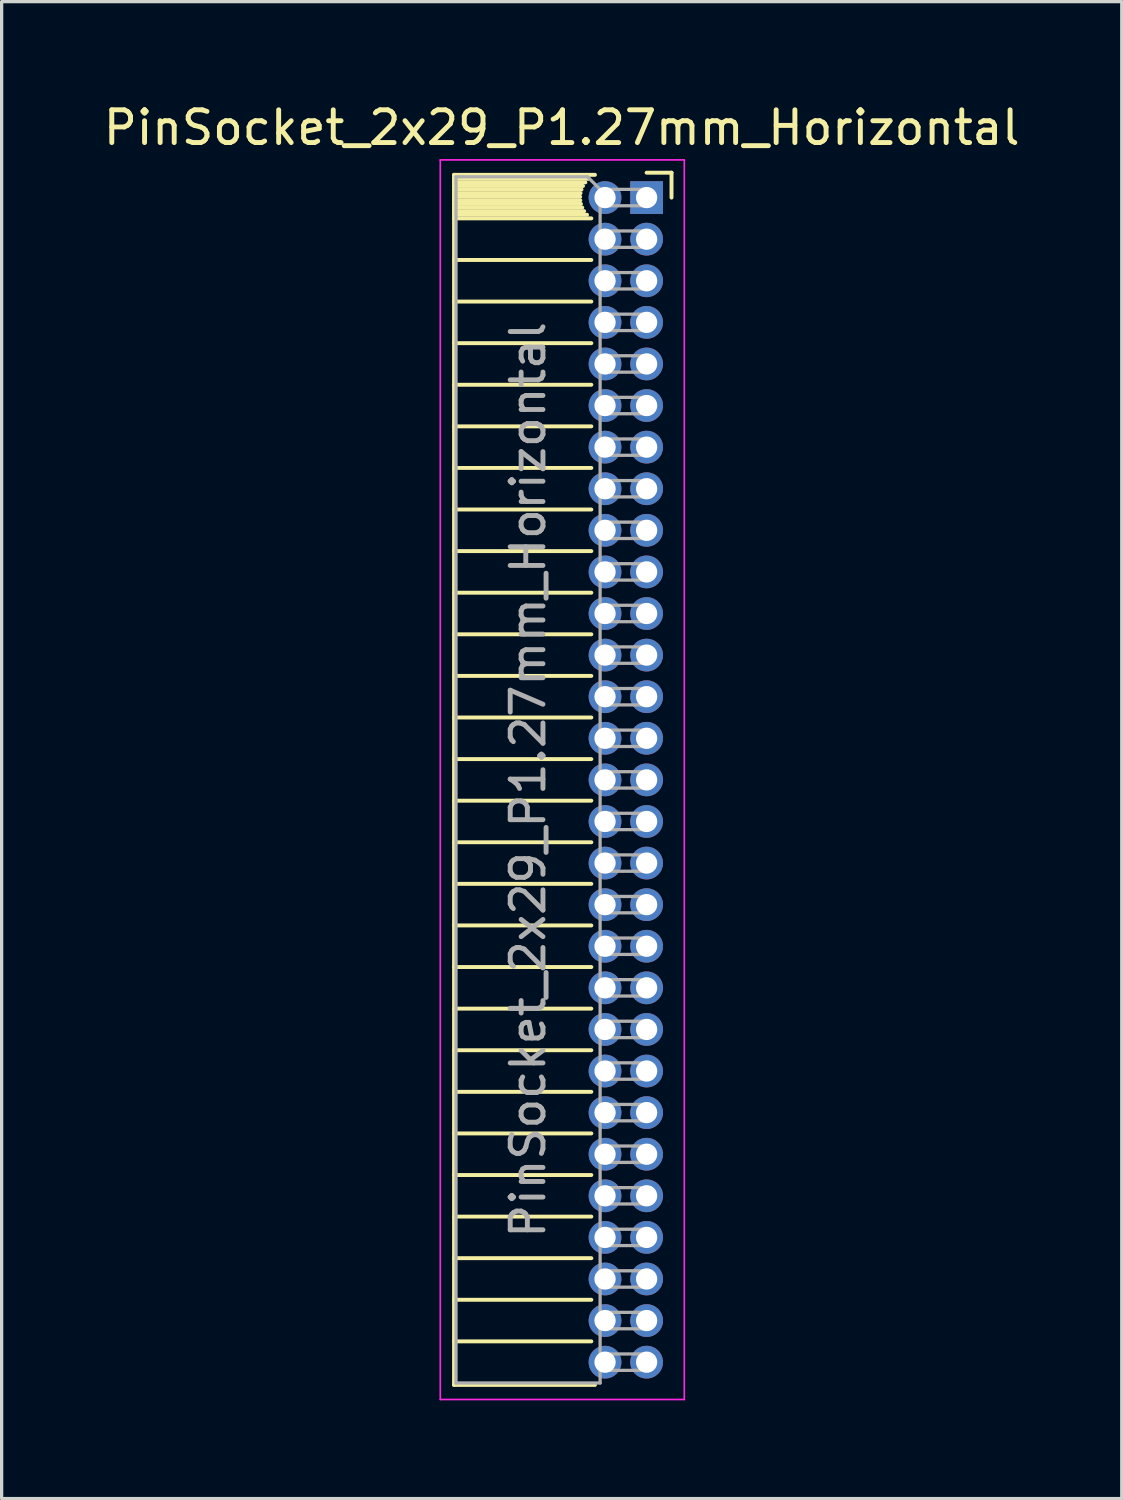
<source format=kicad_pcb>
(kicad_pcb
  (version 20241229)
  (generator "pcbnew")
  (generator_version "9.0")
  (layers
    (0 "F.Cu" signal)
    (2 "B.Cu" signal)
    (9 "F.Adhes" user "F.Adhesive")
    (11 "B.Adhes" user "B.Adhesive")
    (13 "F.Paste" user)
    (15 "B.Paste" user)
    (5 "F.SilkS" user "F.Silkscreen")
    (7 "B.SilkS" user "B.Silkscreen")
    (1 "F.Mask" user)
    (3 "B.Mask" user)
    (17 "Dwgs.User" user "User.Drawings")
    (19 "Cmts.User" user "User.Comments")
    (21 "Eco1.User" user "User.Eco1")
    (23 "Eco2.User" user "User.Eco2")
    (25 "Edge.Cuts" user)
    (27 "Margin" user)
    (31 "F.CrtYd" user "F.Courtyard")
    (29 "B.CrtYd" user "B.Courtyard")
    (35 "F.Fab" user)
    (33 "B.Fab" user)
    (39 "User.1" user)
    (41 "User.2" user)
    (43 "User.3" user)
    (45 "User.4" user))
  (footprint "PinSocket_2x29_P1.27mm_Horizontal"
    (layer "F.Cu")
    (at 16.694 2.983)
    (property "Reference" "PinSocket_2x29_P1.27mm_Horizontal" (at -2.592 -2.135 0) (layer "F.SilkS") (effects (font (size 1 1) (thickness 0.15))))
    (attr through_hole)
    (fp_line (start -5.88 -0.695) (end -5.88 36.255) (stroke (width 0.12) (type solid)) (layer "F.SilkS"))
    (fp_line (start -5.88 -0.695) (end -1.578 -0.695) (stroke (width 0.12) (type solid)) (layer "F.SilkS"))
    (fp_line (start -5.88 -0.575) (end -1.767 -0.575) (stroke (width 0.12) (type solid)) (layer "F.SilkS"))
    (fp_line (start -5.88 -0.465) (end -1.871 -0.465) (stroke (width 0.12) (type solid)) (layer "F.SilkS"))
    (fp_line (start -5.88 -0.355) (end -1.942 -0.355) (stroke (width 0.12) (type solid)) (layer "F.SilkS"))
    (fp_line (start -5.88 -0.245) (end -1.989 -0.245) (stroke (width 0.12) (type solid)) (layer "F.SilkS"))
    (fp_line (start -5.88 -0.135) (end -2.018 -0.135) (stroke (width 0.12) (type solid)) (layer "F.SilkS"))
    (fp_line (start -5.88 -0.025) (end -2.03 -0.025) (stroke (width 0.12) (type solid)) (layer "F.SilkS"))
    (fp_line (start -5.88 0.085) (end -2.025 0.085) (stroke (width 0.12) (type solid)) (layer "F.SilkS"))
    (fp_line (start -5.88 0.195) (end -2.005 0.195) (stroke (width 0.12) (type solid)) (layer "F.SilkS"))
    (fp_line (start -5.88 0.305) (end -1.966 0.305) (stroke (width 0.12) (type solid)) (layer "F.SilkS"))
    (fp_line (start -5.88 0.415) (end -1.907 0.415) (stroke (width 0.12) (type solid)) (layer "F.SilkS"))
    (fp_line (start -5.88 0.525) (end -1.82 0.525) (stroke (width 0.12) (type solid)) (layer "F.SilkS"))
    (fp_line (start -5.88 0.635) (end -1.688 0.635) (stroke (width 0.12) (type solid)) (layer "F.SilkS"))
    (fp_line (start -5.88 1.905) (end -1.688 1.905) (stroke (width 0.12) (type solid)) (layer "F.SilkS"))
    (fp_line (start -5.88 3.175) (end -1.688 3.175) (stroke (width 0.12) (type solid)) (layer "F.SilkS"))
    (fp_line (start -5.88 4.445) (end -1.688 4.445) (stroke (width 0.12) (type solid)) (layer "F.SilkS"))
    (fp_line (start -5.88 5.715) (end -1.688 5.715) (stroke (width 0.12) (type solid)) (layer "F.SilkS"))
    (fp_line (start -5.88 6.985) (end -1.688 6.985) (stroke (width 0.12) (type solid)) (layer "F.SilkS"))
    (fp_line (start -5.88 8.255) (end -1.688 8.255) (stroke (width 0.12) (type solid)) (layer "F.SilkS"))
    (fp_line (start -5.88 9.525) (end -1.688 9.525) (stroke (width 0.12) (type solid)) (layer "F.SilkS"))
    (fp_line (start -5.88 10.795) (end -1.688 10.795) (stroke (width 0.12) (type solid)) (layer "F.SilkS"))
    (fp_line (start -5.88 12.065) (end -1.688 12.065) (stroke (width 0.12) (type solid)) (layer "F.SilkS"))
    (fp_line (start -5.88 13.335) (end -1.688 13.335) (stroke (width 0.12) (type solid)) (layer "F.SilkS"))
    (fp_line (start -5.88 14.605) (end -1.688 14.605) (stroke (width 0.12) (type solid)) (layer "F.SilkS"))
    (fp_line (start -5.88 15.875) (end -1.688 15.875) (stroke (width 0.12) (type solid)) (layer "F.SilkS"))
    (fp_line (start -5.88 17.145) (end -1.688 17.145) (stroke (width 0.12) (type solid)) (layer "F.SilkS"))
    (fp_line (start -5.88 18.415) (end -1.688 18.415) (stroke (width 0.12) (type solid)) (layer "F.SilkS"))
    (fp_line (start -5.88 19.685) (end -1.688 19.685) (stroke (width 0.12) (type solid)) (layer "F.SilkS"))
    (fp_line (start -5.88 20.955) (end -1.688 20.955) (stroke (width 0.12) (type solid)) (layer "F.SilkS"))
    (fp_line (start -5.88 22.225) (end -1.688 22.225) (stroke (width 0.12) (type solid)) (layer "F.SilkS"))
    (fp_line (start -5.88 23.495) (end -1.688 23.495) (stroke (width 0.12) (type solid)) (layer "F.SilkS"))
    (fp_line (start -5.88 24.765) (end -1.688 24.765) (stroke (width 0.12) (type solid)) (layer "F.SilkS"))
    (fp_line (start -5.88 26.035) (end -1.688 26.035) (stroke (width 0.12) (type solid)) (layer "F.SilkS"))
    (fp_line (start -5.88 27.305) (end -1.688 27.305) (stroke (width 0.12) (type solid)) (layer "F.SilkS"))
    (fp_line (start -5.88 28.575) (end -1.688 28.575) (stroke (width 0.12) (type solid)) (layer "F.SilkS"))
    (fp_line (start -5.88 29.845) (end -1.688 29.845) (stroke (width 0.12) (type solid)) (layer "F.SilkS"))
    (fp_line (start -5.88 31.115) (end -1.688 31.115) (stroke (width 0.12) (type solid)) (layer "F.SilkS"))
    (fp_line (start -5.88 32.385) (end -1.688 32.385) (stroke (width 0.12) (type solid)) (layer "F.SilkS"))
    (fp_line (start -5.88 33.655) (end -1.688 33.655) (stroke (width 0.12) (type solid)) (layer "F.SilkS"))
    (fp_line (start -5.88 34.925) (end -1.688 34.925) (stroke (width 0.12) (type solid)) (layer "F.SilkS"))
    (fp_line (start -5.88 36.255) (end -1.578 36.255) (stroke (width 0.12) (type solid)) (layer "F.SilkS"))
    (fp_line (start 0 -0.76) (end 0.76 -0.76) (stroke (width 0.12) (type solid)) (layer "F.SilkS"))
    (fp_line (start 0.76 -0.76) (end 0.76 0) (stroke (width 0.12) (type solid)) (layer "F.SilkS"))
    (fp_line (start -6.3 -1.15) (end -6.3 36.7) (stroke (width 0.05) (type solid)) (layer "F.CrtYd"))
    (fp_line (start -6.3 36.7) (end 1.15 36.7) (stroke (width 0.05) (type solid)) (layer "F.CrtYd"))
    (fp_line (start 1.15 -1.15) (end -6.3 -1.15) (stroke (width 0.05) (type solid)) (layer "F.CrtYd"))
    (fp_line (start 1.15 36.7) (end 1.15 -1.15) (stroke (width 0.05) (type solid)) (layer "F.CrtYd"))
    (fp_line (start -5.82 -0.635) (end -1.805 -0.635) (stroke (width 0.1) (type solid)) (layer "F.Fab"))
    (fp_line (start -5.82 36.195) (end -5.82 -0.635) (stroke (width 0.1) (type solid)) (layer "F.Fab"))
    (fp_line (start -1.805 -0.635) (end -1.42 -0.25) (stroke (width 0.1) (type solid)) (layer "F.Fab"))
    (fp_line (start -1.42 -0.25) (end -1.42 36.195) (stroke (width 0.1) (type solid)) (layer "F.Fab"))
    (fp_line (start -1.42 0.25) (end 0 0.25) (stroke (width 0.1) (type solid)) (layer "F.Fab"))
    (fp_line (start -1.42 1.52) (end 0 1.52) (stroke (width 0.1) (type solid)) (layer "F.Fab"))
    (fp_line (start -1.42 2.79) (end 0 2.79) (stroke (width 0.1) (type solid)) (layer "F.Fab"))
    (fp_line (start -1.42 4.06) (end 0 4.06) (stroke (width 0.1) (type solid)) (layer "F.Fab"))
    (fp_line (start -1.42 5.33) (end 0 5.33) (stroke (width 0.1) (type solid)) (layer "F.Fab"))
    (fp_line (start -1.42 6.6) (end 0 6.6) (stroke (width 0.1) (type solid)) (layer "F.Fab"))
    (fp_line (start -1.42 7.87) (end 0 7.87) (stroke (width 0.1) (type solid)) (layer "F.Fab"))
    (fp_line (start -1.42 9.14) (end 0 9.14) (stroke (width 0.1) (type solid)) (layer "F.Fab"))
    (fp_line (start -1.42 10.41) (end 0 10.41) (stroke (width 0.1) (type solid)) (layer "F.Fab"))
    (fp_line (start -1.42 11.68) (end 0 11.68) (stroke (width 0.1) (type solid)) (layer "F.Fab"))
    (fp_line (start -1.42 12.95) (end 0 12.95) (stroke (width 0.1) (type solid)) (layer "F.Fab"))
    (fp_line (start -1.42 14.22) (end 0 14.22) (stroke (width 0.1) (type solid)) (layer "F.Fab"))
    (fp_line (start -1.42 15.49) (end 0 15.49) (stroke (width 0.1) (type solid)) (layer "F.Fab"))
    (fp_line (start -1.42 16.76) (end 0 16.76) (stroke (width 0.1) (type solid)) (layer "F.Fab"))
    (fp_line (start -1.42 18.03) (end 0 18.03) (stroke (width 0.1) (type solid)) (layer "F.Fab"))
    (fp_line (start -1.42 19.3) (end 0 19.3) (stroke (width 0.1) (type solid)) (layer "F.Fab"))
    (fp_line (start -1.42 20.57) (end 0 20.57) (stroke (width 0.1) (type solid)) (layer "F.Fab"))
    (fp_line (start -1.42 21.84) (end 0 21.84) (stroke (width 0.1) (type solid)) (layer "F.Fab"))
    (fp_line (start -1.42 23.11) (end 0 23.11) (stroke (width 0.1) (type solid)) (layer "F.Fab"))
    (fp_line (start -1.42 24.38) (end 0 24.38) (stroke (width 0.1) (type solid)) (layer "F.Fab"))
    (fp_line (start -1.42 25.65) (end 0 25.65) (stroke (width 0.1) (type solid)) (layer "F.Fab"))
    (fp_line (start -1.42 26.92) (end 0 26.92) (stroke (width 0.1) (type solid)) (layer "F.Fab"))
    (fp_line (start -1.42 28.19) (end 0 28.19) (stroke (width 0.1) (type solid)) (layer "F.Fab"))
    (fp_line (start -1.42 29.46) (end 0 29.46) (stroke (width 0.1) (type solid)) (layer "F.Fab"))
    (fp_line (start -1.42 30.73) (end 0 30.73) (stroke (width 0.1) (type solid)) (layer "F.Fab"))
    (fp_line (start -1.42 32) (end 0 32) (stroke (width 0.1) (type solid)) (layer "F.Fab"))
    (fp_line (start -1.42 33.27) (end 0 33.27) (stroke (width 0.1) (type solid)) (layer "F.Fab"))
    (fp_line (start -1.42 34.54) (end 0 34.54) (stroke (width 0.1) (type solid)) (layer "F.Fab"))
    (fp_line (start -1.42 35.81) (end 0 35.81) (stroke (width 0.1) (type solid)) (layer "F.Fab"))
    (fp_line (start -1.42 36.195) (end -5.82 36.195) (stroke (width 0.1) (type solid)) (layer "F.Fab"))
    (fp_line (start 0 -0.25) (end -1.42 -0.25) (stroke (width 0.1) (type solid)) (layer "F.Fab"))
    (fp_line (start 0 0.25) (end 0 -0.25) (stroke (width 0.1) (type solid)) (layer "F.Fab"))
    (fp_line (start 0 1.02) (end -1.42 1.02) (stroke (width 0.1) (type solid)) (layer "F.Fab"))
    (fp_line (start 0 1.52) (end 0 1.02) (stroke (width 0.1) (type solid)) (layer "F.Fab"))
    (fp_line (start 0 2.29) (end -1.42 2.29) (stroke (width 0.1) (type solid)) (layer "F.Fab"))
    (fp_line (start 0 2.79) (end 0 2.29) (stroke (width 0.1) (type solid)) (layer "F.Fab"))
    (fp_line (start 0 3.56) (end -1.42 3.56) (stroke (width 0.1) (type solid)) (layer "F.Fab"))
    (fp_line (start 0 4.06) (end 0 3.56) (stroke (width 0.1) (type solid)) (layer "F.Fab"))
    (fp_line (start 0 4.83) (end -1.42 4.83) (stroke (width 0.1) (type solid)) (layer "F.Fab"))
    (fp_line (start 0 5.33) (end 0 4.83) (stroke (width 0.1) (type solid)) (layer "F.Fab"))
    (fp_line (start 0 6.1) (end -1.42 6.1) (stroke (width 0.1) (type solid)) (layer "F.Fab"))
    (fp_line (start 0 6.6) (end 0 6.1) (stroke (width 0.1) (type solid)) (layer "F.Fab"))
    (fp_line (start 0 7.37) (end -1.42 7.37) (stroke (width 0.1) (type solid)) (layer "F.Fab"))
    (fp_line (start 0 7.87) (end 0 7.37) (stroke (width 0.1) (type solid)) (layer "F.Fab"))
    (fp_line (start 0 8.64) (end -1.42 8.64) (stroke (width 0.1) (type solid)) (layer "F.Fab"))
    (fp_line (start 0 9.14) (end 0 8.64) (stroke (width 0.1) (type solid)) (layer "F.Fab"))
    (fp_line (start 0 9.91) (end -1.42 9.91) (stroke (width 0.1) (type solid)) (layer "F.Fab"))
    (fp_line (start 0 10.41) (end 0 9.91) (stroke (width 0.1) (type solid)) (layer "F.Fab"))
    (fp_line (start 0 11.18) (end -1.42 11.18) (stroke (width 0.1) (type solid)) (layer "F.Fab"))
    (fp_line (start 0 11.68) (end 0 11.18) (stroke (width 0.1) (type solid)) (layer "F.Fab"))
    (fp_line (start 0 12.45) (end -1.42 12.45) (stroke (width 0.1) (type solid)) (layer "F.Fab"))
    (fp_line (start 0 12.95) (end 0 12.45) (stroke (width 0.1) (type solid)) (layer "F.Fab"))
    (fp_line (start 0 13.72) (end -1.42 13.72) (stroke (width 0.1) (type solid)) (layer "F.Fab"))
    (fp_line (start 0 14.22) (end 0 13.72) (stroke (width 0.1) (type solid)) (layer "F.Fab"))
    (fp_line (start 0 14.99) (end -1.42 14.99) (stroke (width 0.1) (type solid)) (layer "F.Fab"))
    (fp_line (start 0 15.49) (end 0 14.99) (stroke (width 0.1) (type solid)) (layer "F.Fab"))
    (fp_line (start 0 16.26) (end -1.42 16.26) (stroke (width 0.1) (type solid)) (layer "F.Fab"))
    (fp_line (start 0 16.76) (end 0 16.26) (stroke (width 0.1) (type solid)) (layer "F.Fab"))
    (fp_line (start 0 17.53) (end -1.42 17.53) (stroke (width 0.1) (type solid)) (layer "F.Fab"))
    (fp_line (start 0 18.03) (end 0 17.53) (stroke (width 0.1) (type solid)) (layer "F.Fab"))
    (fp_line (start 0 18.8) (end -1.42 18.8) (stroke (width 0.1) (type solid)) (layer "F.Fab"))
    (fp_line (start 0 19.3) (end 0 18.8) (stroke (width 0.1) (type solid)) (layer "F.Fab"))
    (fp_line (start 0 20.07) (end -1.42 20.07) (stroke (width 0.1) (type solid)) (layer "F.Fab"))
    (fp_line (start 0 20.57) (end 0 20.07) (stroke (width 0.1) (type solid)) (layer "F.Fab"))
    (fp_line (start 0 21.34) (end -1.42 21.34) (stroke (width 0.1) (type solid)) (layer "F.Fab"))
    (fp_line (start 0 21.84) (end 0 21.34) (stroke (width 0.1) (type solid)) (layer "F.Fab"))
    (fp_line (start 0 22.61) (end -1.42 22.61) (stroke (width 0.1) (type solid)) (layer "F.Fab"))
    (fp_line (start 0 23.11) (end 0 22.61) (stroke (width 0.1) (type solid)) (layer "F.Fab"))
    (fp_line (start 0 23.88) (end -1.42 23.88) (stroke (width 0.1) (type solid)) (layer "F.Fab"))
    (fp_line (start 0 24.38) (end 0 23.88) (stroke (width 0.1) (type solid)) (layer "F.Fab"))
    (fp_line (start 0 25.15) (end -1.42 25.15) (stroke (width 0.1) (type solid)) (layer "F.Fab"))
    (fp_line (start 0 25.65) (end 0 25.15) (stroke (width 0.1) (type solid)) (layer "F.Fab"))
    (fp_line (start 0 26.42) (end -1.42 26.42) (stroke (width 0.1) (type solid)) (layer "F.Fab"))
    (fp_line (start 0 26.92) (end 0 26.42) (stroke (width 0.1) (type solid)) (layer "F.Fab"))
    (fp_line (start 0 27.69) (end -1.42 27.69) (stroke (width 0.1) (type solid)) (layer "F.Fab"))
    (fp_line (start 0 28.19) (end 0 27.69) (stroke (width 0.1) (type solid)) (layer "F.Fab"))
    (fp_line (start 0 28.96) (end -1.42 28.96) (stroke (width 0.1) (type solid)) (layer "F.Fab"))
    (fp_line (start 0 29.46) (end 0 28.96) (stroke (width 0.1) (type solid)) (layer "F.Fab"))
    (fp_line (start 0 30.23) (end -1.42 30.23) (stroke (width 0.1) (type solid)) (layer "F.Fab"))
    (fp_line (start 0 30.73) (end 0 30.23) (stroke (width 0.1) (type solid)) (layer "F.Fab"))
    (fp_line (start 0 31.5) (end -1.42 31.5) (stroke (width 0.1) (type solid)) (layer "F.Fab"))
    (fp_line (start 0 32) (end 0 31.5) (stroke (width 0.1) (type solid)) (layer "F.Fab"))
    (fp_line (start 0 32.77) (end -1.42 32.77) (stroke (width 0.1) (type solid)) (layer "F.Fab"))
    (fp_line (start 0 33.27) (end 0 32.77) (stroke (width 0.1) (type solid)) (layer "F.Fab"))
    (fp_line (start 0 34.04) (end -1.42 34.04) (stroke (width 0.1) (type solid)) (layer "F.Fab"))
    (fp_line (start 0 34.54) (end 0 34.04) (stroke (width 0.1) (type solid)) (layer "F.Fab"))
    (fp_line (start 0 35.31) (end -1.42 35.31) (stroke (width 0.1) (type solid)) (layer "F.Fab"))
    (fp_line (start 0 35.81) (end 0 35.31) (stroke (width 0.1) (type solid)) (layer "F.Fab"))
    (fp_text user "${REFERENCE}" (at -3.62 17.78 90) (layer "F.Fab") (effects (font (size 1 1) (thickness 0.15))))
    (pad "1" thru_hole rect (at 0 0) (size 1 1) (drill 0.65) (layers "*.Cu" "*.Mask"))
    (pad "2" thru_hole circle (at -1.27 0) (size 1 1) (drill 0.65) (layers "*.Cu" "*.Mask"))
    (pad "3" thru_hole circle (at 0 1.27) (size 1 1) (drill 0.65) (layers "*.Cu" "*.Mask"))
    (pad "4" thru_hole circle (at -1.27 1.27) (size 1 1) (drill 0.65) (layers "*.Cu" "*.Mask"))
    (pad "5" thru_hole circle (at 0 2.54) (size 1 1) (drill 0.65) (layers "*.Cu" "*.Mask"))
    (pad "6" thru_hole circle (at -1.27 2.54) (size 1 1) (drill 0.65) (layers "*.Cu" "*.Mask"))
    (pad "7" thru_hole circle (at 0 3.81) (size 1 1) (drill 0.65) (layers "*.Cu" "*.Mask"))
    (pad "8" thru_hole circle (at -1.27 3.81) (size 1 1) (drill 0.65) (layers "*.Cu" "*.Mask"))
    (pad "9" thru_hole circle (at 0 5.08) (size 1 1) (drill 0.65) (layers "*.Cu" "*.Mask"))
    (pad "10" thru_hole circle (at -1.27 5.08) (size 1 1) (drill 0.65) (layers "*.Cu" "*.Mask"))
    (pad "11" thru_hole circle (at 0 6.35) (size 1 1) (drill 0.65) (layers "*.Cu" "*.Mask"))
    (pad "12" thru_hole circle (at -1.27 6.35) (size 1 1) (drill 0.65) (layers "*.Cu" "*.Mask"))
    (pad "13" thru_hole circle (at 0 7.62) (size 1 1) (drill 0.65) (layers "*.Cu" "*.Mask"))
    (pad "14" thru_hole circle (at -1.27 7.62) (size 1 1) (drill 0.65) (layers "*.Cu" "*.Mask"))
    (pad "15" thru_hole circle (at 0 8.89) (size 1 1) (drill 0.65) (layers "*.Cu" "*.Mask"))
    (pad "16" thru_hole circle (at -1.27 8.89) (size 1 1) (drill 0.65) (layers "*.Cu" "*.Mask"))
    (pad "17" thru_hole circle (at 0 10.16) (size 1 1) (drill 0.65) (layers "*.Cu" "*.Mask"))
    (pad "18" thru_hole circle (at -1.27 10.16) (size 1 1) (drill 0.65) (layers "*.Cu" "*.Mask"))
    (pad "19" thru_hole circle (at 0 11.43) (size 1 1) (drill 0.65) (layers "*.Cu" "*.Mask"))
    (pad "20" thru_hole circle (at -1.27 11.43) (size 1 1) (drill 0.65) (layers "*.Cu" "*.Mask"))
    (pad "21" thru_hole circle (at 0 12.7) (size 1 1) (drill 0.65) (layers "*.Cu" "*.Mask"))
    (pad "22" thru_hole circle (at -1.27 12.7) (size 1 1) (drill 0.65) (layers "*.Cu" "*.Mask"))
    (pad "23" thru_hole circle (at 0 13.97) (size 1 1) (drill 0.65) (layers "*.Cu" "*.Mask"))
    (pad "24" thru_hole circle (at -1.27 13.97) (size 1 1) (drill 0.65) (layers "*.Cu" "*.Mask"))
    (pad "25" thru_hole circle (at 0 15.24) (size 1 1) (drill 0.65) (layers "*.Cu" "*.Mask"))
    (pad "26" thru_hole circle (at -1.27 15.24) (size 1 1) (drill 0.65) (layers "*.Cu" "*.Mask"))
    (pad "27" thru_hole circle (at 0 16.51) (size 1 1) (drill 0.65) (layers "*.Cu" "*.Mask"))
    (pad "28" thru_hole circle (at -1.27 16.51) (size 1 1) (drill 0.65) (layers "*.Cu" "*.Mask"))
    (pad "29" thru_hole circle (at 0 17.78) (size 1 1) (drill 0.65) (layers "*.Cu" "*.Mask"))
    (pad "30" thru_hole circle (at -1.27 17.78) (size 1 1) (drill 0.65) (layers "*.Cu" "*.Mask"))
    (pad "31" thru_hole circle (at 0 19.05) (size 1 1) (drill 0.65) (layers "*.Cu" "*.Mask"))
    (pad "32" thru_hole circle (at -1.27 19.05) (size 1 1) (drill 0.65) (layers "*.Cu" "*.Mask"))
    (pad "33" thru_hole circle (at 0 20.32) (size 1 1) (drill 0.65) (layers "*.Cu" "*.Mask"))
    (pad "34" thru_hole circle (at -1.27 20.32) (size 1 1) (drill 0.65) (layers "*.Cu" "*.Mask"))
    (pad "35" thru_hole circle (at 0 21.59) (size 1 1) (drill 0.65) (layers "*.Cu" "*.Mask"))
    (pad "36" thru_hole circle (at -1.27 21.59) (size 1 1) (drill 0.65) (layers "*.Cu" "*.Mask"))
    (pad "37" thru_hole circle (at 0 22.86) (size 1 1) (drill 0.65) (layers "*.Cu" "*.Mask"))
    (pad "38" thru_hole circle (at -1.27 22.86) (size 1 1) (drill 0.65) (layers "*.Cu" "*.Mask"))
    (pad "39" thru_hole circle (at 0 24.13) (size 1 1) (drill 0.65) (layers "*.Cu" "*.Mask"))
    (pad "40" thru_hole circle (at -1.27 24.13) (size 1 1) (drill 0.65) (layers "*.Cu" "*.Mask"))
    (pad "41" thru_hole circle (at 0 25.4) (size 1 1) (drill 0.65) (layers "*.Cu" "*.Mask"))
    (pad "42" thru_hole circle (at -1.27 25.4) (size 1 1) (drill 0.65) (layers "*.Cu" "*.Mask"))
    (pad "43" thru_hole circle (at 0 26.67) (size 1 1) (drill 0.65) (layers "*.Cu" "*.Mask"))
    (pad "44" thru_hole circle (at -1.27 26.67) (size 1 1) (drill 0.65) (layers "*.Cu" "*.Mask"))
    (pad "45" thru_hole circle (at 0 27.94) (size 1 1) (drill 0.65) (layers "*.Cu" "*.Mask"))
    (pad "46" thru_hole circle (at -1.27 27.94) (size 1 1) (drill 0.65) (layers "*.Cu" "*.Mask"))
    (pad "47" thru_hole circle (at 0 29.21) (size 1 1) (drill 0.65) (layers "*.Cu" "*.Mask"))
    (pad "48" thru_hole circle (at -1.27 29.21) (size 1 1) (drill 0.65) (layers "*.Cu" "*.Mask"))
    (pad "49" thru_hole circle (at 0 30.48) (size 1 1) (drill 0.65) (layers "*.Cu" "*.Mask"))
    (pad "50" thru_hole circle (at -1.27 30.48) (size 1 1) (drill 0.65) (layers "*.Cu" "*.Mask"))
    (pad "51" thru_hole circle (at 0 31.75) (size 1 1) (drill 0.65) (layers "*.Cu" "*.Mask"))
    (pad "52" thru_hole circle (at -1.27 31.75) (size 1 1) (drill 0.65) (layers "*.Cu" "*.Mask"))
    (pad "53" thru_hole circle (at 0 33.02) (size 1 1) (drill 0.65) (layers "*.Cu" "*.Mask"))
    (pad "54" thru_hole circle (at -1.27 33.02) (size 1 1) (drill 0.65) (layers "*.Cu" "*.Mask"))
    (pad "55" thru_hole circle (at 0 34.29) (size 1 1) (drill 0.65) (layers "*.Cu" "*.Mask"))
    (pad "56" thru_hole circle (at -1.27 34.29) (size 1 1) (drill 0.65) (layers "*.Cu" "*.Mask"))
    (pad "57" thru_hole circle (at 0 35.56) (size 1 1) (drill 0.65) (layers "*.Cu" "*.Mask"))
    (pad "58" thru_hole circle (at -1.27 35.56) (size 1 1) (drill 0.65) (layers "*.Cu" "*.Mask")))
  (gr_rect
    (start -3 -3)
    (end 31.202 42.708)
    (stroke (width 0.1) (type default))
    (fill no)
    (layer "Edge.Cuts")))
</source>
